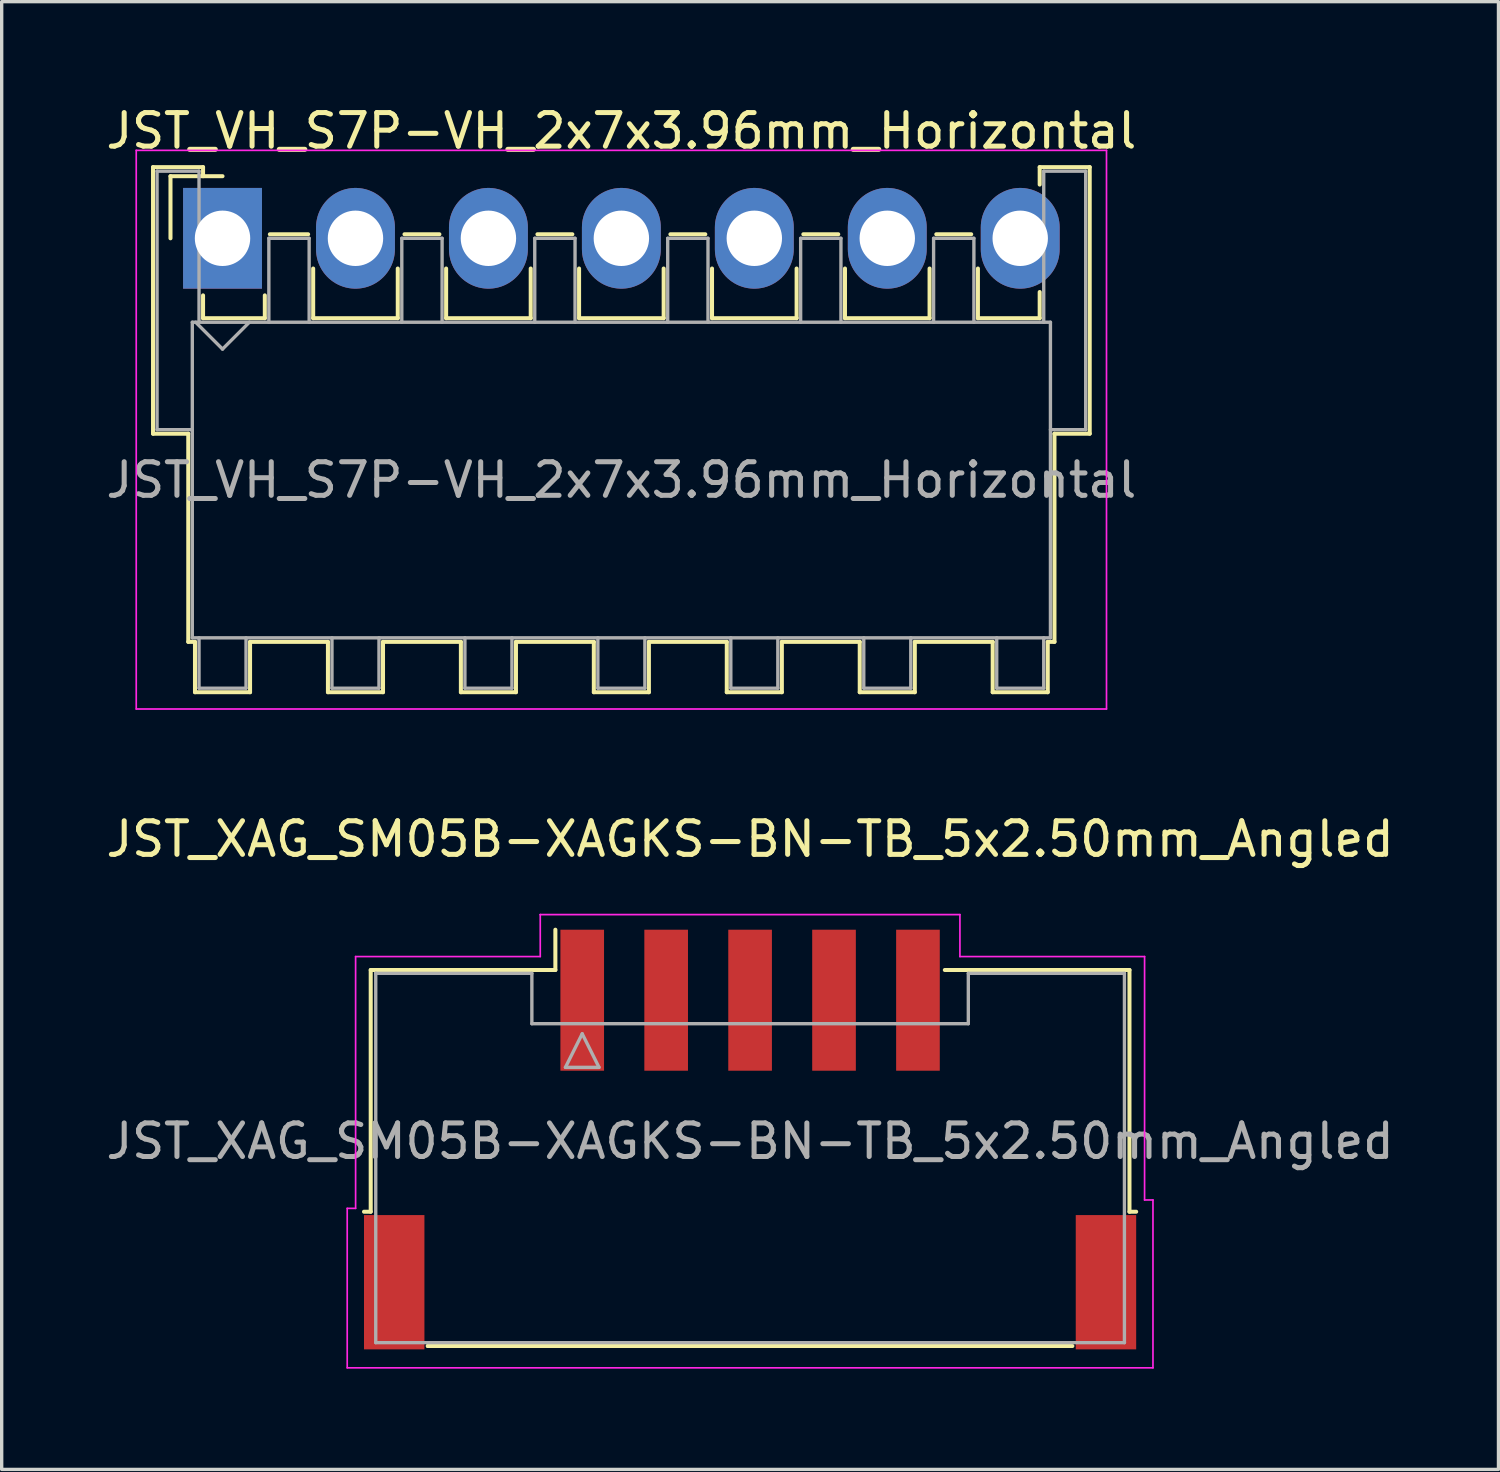
<source format=kicad_pcb>
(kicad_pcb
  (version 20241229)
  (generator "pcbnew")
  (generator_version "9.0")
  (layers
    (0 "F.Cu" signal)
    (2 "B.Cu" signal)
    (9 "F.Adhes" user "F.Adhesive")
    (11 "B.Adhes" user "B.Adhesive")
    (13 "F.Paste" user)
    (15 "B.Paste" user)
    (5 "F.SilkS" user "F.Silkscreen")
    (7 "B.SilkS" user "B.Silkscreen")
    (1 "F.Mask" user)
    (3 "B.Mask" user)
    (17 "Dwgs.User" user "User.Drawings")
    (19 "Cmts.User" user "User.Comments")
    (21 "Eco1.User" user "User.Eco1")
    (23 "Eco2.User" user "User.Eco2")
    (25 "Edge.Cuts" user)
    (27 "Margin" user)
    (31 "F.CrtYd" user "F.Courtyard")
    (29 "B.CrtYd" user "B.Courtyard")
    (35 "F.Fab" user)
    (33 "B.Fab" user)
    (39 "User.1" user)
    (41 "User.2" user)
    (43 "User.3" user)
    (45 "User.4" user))
  (footprint "JST_VH_S7P-VH_2x7x3.96mm_Horizontal"
    (layer "F.Cu")
    (at 3.578 4.048)
    (property "Reference" "JST_VH_S7P-VH_2x7x3.96mm_Horizontal" (at 11.88 -3.2 0) (layer "F.SilkS") (effects (font (size 1 1) (thickness 0.15))))
    (attr through_hole)
    (fp_line (start -2.07 -2.12) (end -0.58 -2.12) (stroke (width 0.12) (type solid)) (layer "F.SilkS"))
    (fp_line (start -2.07 5.82) (end -2.07 -2.12) (stroke (width 0.12) (type solid)) (layer "F.SilkS"))
    (fp_line (start -1.55 -1.85) (end -1.55 0) (stroke (width 0.12) (type solid)) (layer "F.SilkS"))
    (fp_line (start -1.02 5.82) (end -2.07 5.82) (stroke (width 0.12) (type solid)) (layer "F.SilkS"))
    (fp_line (start -1.02 5.82) (end -1.02 12.02) (stroke (width 0.12) (type solid)) (layer "F.SilkS"))
    (fp_line (start -1.02 12.02) (end -0.82 12.02) (stroke (width 0.12) (type solid)) (layer "F.SilkS"))
    (fp_line (start -0.82 12.02) (end -0.82 13.52) (stroke (width 0.12) (type solid)) (layer "F.SilkS"))
    (fp_line (start -0.82 13.52) (end 0.82 13.52) (stroke (width 0.12) (type solid)) (layer "F.SilkS"))
    (fp_line (start -0.58 -2.12) (end -0.58 -1.85) (stroke (width 0.12) (type solid)) (layer "F.SilkS"))
    (fp_line (start -0.58 1.7) (end -0.58 2.38) (stroke (width 0.12) (type solid)) (layer "F.SilkS"))
    (fp_line (start -0.58 2.38) (end 1.26 2.38) (stroke (width 0.12) (type solid)) (layer "F.SilkS"))
    (fp_line (start 0 -1.85) (end -1.55 -1.85) (stroke (width 0.12) (type solid)) (layer "F.SilkS"))
    (fp_line (start 0.82 12.02) (end 3.14 12.02) (stroke (width 0.12) (type solid)) (layer "F.SilkS"))
    (fp_line (start 0.82 13.52) (end 0.82 12.02) (stroke (width 0.12) (type solid)) (layer "F.SilkS"))
    (fp_line (start 1.26 2.38) (end 1.26 1.7) (stroke (width 0.12) (type solid)) (layer "F.SilkS"))
    (fp_line (start 1.41 -0.12) (end 2.55 -0.12) (stroke (width 0.12) (type solid)) (layer "F.SilkS"))
    (fp_line (start 2.7 0.9) (end 2.7 2.38) (stroke (width 0.12) (type solid)) (layer "F.SilkS"))
    (fp_line (start 2.7 2.38) (end 5.22 2.38) (stroke (width 0.12) (type solid)) (layer "F.SilkS"))
    (fp_line (start 3.14 12.02) (end 3.14 13.52) (stroke (width 0.12) (type solid)) (layer "F.SilkS"))
    (fp_line (start 3.14 13.52) (end 4.78 13.52) (stroke (width 0.12) (type solid)) (layer "F.SilkS"))
    (fp_line (start 4.78 12.02) (end 7.1 12.02) (stroke (width 0.12) (type solid)) (layer "F.SilkS"))
    (fp_line (start 4.78 13.52) (end 4.78 12.02) (stroke (width 0.12) (type solid)) (layer "F.SilkS"))
    (fp_line (start 5.22 2.38) (end 5.22 0.9) (stroke (width 0.12) (type solid)) (layer "F.SilkS"))
    (fp_line (start 5.42 -0.12) (end 6.46 -0.12) (stroke (width 0.12) (type solid)) (layer "F.SilkS"))
    (fp_line (start 6.66 0.9) (end 6.66 2.38) (stroke (width 0.12) (type solid)) (layer "F.SilkS"))
    (fp_line (start 6.66 2.38) (end 9.18 2.38) (stroke (width 0.12) (type solid)) (layer "F.SilkS"))
    (fp_line (start 7.1 12.02) (end 7.1 13.52) (stroke (width 0.12) (type solid)) (layer "F.SilkS"))
    (fp_line (start 7.1 13.52) (end 8.74 13.52) (stroke (width 0.12) (type solid)) (layer "F.SilkS"))
    (fp_line (start 8.74 12.02) (end 11.06 12.02) (stroke (width 0.12) (type solid)) (layer "F.SilkS"))
    (fp_line (start 8.74 13.52) (end 8.74 12.02) (stroke (width 0.12) (type solid)) (layer "F.SilkS"))
    (fp_line (start 9.18 2.38) (end 9.18 0.9) (stroke (width 0.12) (type solid)) (layer "F.SilkS"))
    (fp_line (start 9.38 -0.12) (end 10.42 -0.12) (stroke (width 0.12) (type solid)) (layer "F.SilkS"))
    (fp_line (start 10.62 0.9) (end 10.62 2.38) (stroke (width 0.12) (type solid)) (layer "F.SilkS"))
    (fp_line (start 10.62 2.38) (end 13.14 2.38) (stroke (width 0.12) (type solid)) (layer "F.SilkS"))
    (fp_line (start 11.06 12.02) (end 11.06 13.52) (stroke (width 0.12) (type solid)) (layer "F.SilkS"))
    (fp_line (start 11.06 13.52) (end 12.7 13.52) (stroke (width 0.12) (type solid)) (layer "F.SilkS"))
    (fp_line (start 12.7 12.02) (end 15.02 12.02) (stroke (width 0.12) (type solid)) (layer "F.SilkS"))
    (fp_line (start 12.7 13.52) (end 12.7 12.02) (stroke (width 0.12) (type solid)) (layer "F.SilkS"))
    (fp_line (start 13.14 2.38) (end 13.14 0.9) (stroke (width 0.12) (type solid)) (layer "F.SilkS"))
    (fp_line (start 13.34 -0.12) (end 14.38 -0.12) (stroke (width 0.12) (type solid)) (layer "F.SilkS"))
    (fp_line (start 14.58 0.9) (end 14.58 2.38) (stroke (width 0.12) (type solid)) (layer "F.SilkS"))
    (fp_line (start 14.58 2.38) (end 17.1 2.38) (stroke (width 0.12) (type solid)) (layer "F.SilkS"))
    (fp_line (start 15.02 12.02) (end 15.02 13.52) (stroke (width 0.12) (type solid)) (layer "F.SilkS"))
    (fp_line (start 15.02 13.52) (end 16.66 13.52) (stroke (width 0.12) (type solid)) (layer "F.SilkS"))
    (fp_line (start 16.66 12.02) (end 18.98 12.02) (stroke (width 0.12) (type solid)) (layer "F.SilkS"))
    (fp_line (start 16.66 13.52) (end 16.66 12.02) (stroke (width 0.12) (type solid)) (layer "F.SilkS"))
    (fp_line (start 17.1 2.38) (end 17.1 0.9) (stroke (width 0.12) (type solid)) (layer "F.SilkS"))
    (fp_line (start 17.3 -0.12) (end 18.34 -0.12) (stroke (width 0.12) (type solid)) (layer "F.SilkS"))
    (fp_line (start 18.54 0.9) (end 18.54 2.38) (stroke (width 0.12) (type solid)) (layer "F.SilkS"))
    (fp_line (start 18.54 2.38) (end 21.06 2.38) (stroke (width 0.12) (type solid)) (layer "F.SilkS"))
    (fp_line (start 18.98 12.02) (end 18.98 13.52) (stroke (width 0.12) (type solid)) (layer "F.SilkS"))
    (fp_line (start 18.98 13.52) (end 20.62 13.52) (stroke (width 0.12) (type solid)) (layer "F.SilkS"))
    (fp_line (start 20.62 12.02) (end 22.94 12.02) (stroke (width 0.12) (type solid)) (layer "F.SilkS"))
    (fp_line (start 20.62 13.52) (end 20.62 12.02) (stroke (width 0.12) (type solid)) (layer "F.SilkS"))
    (fp_line (start 21.06 2.38) (end 21.06 0.9) (stroke (width 0.12) (type solid)) (layer "F.SilkS"))
    (fp_line (start 21.26 -0.12) (end 22.3 -0.12) (stroke (width 0.12) (type solid)) (layer "F.SilkS"))
    (fp_line (start 22.5 0.9) (end 22.5 2.38) (stroke (width 0.12) (type solid)) (layer "F.SilkS"))
    (fp_line (start 22.5 2.38) (end 24.34 2.38) (stroke (width 0.12) (type solid)) (layer "F.SilkS"))
    (fp_line (start 22.94 12.02) (end 22.94 13.52) (stroke (width 0.12) (type solid)) (layer "F.SilkS"))
    (fp_line (start 22.94 13.52) (end 24.58 13.52) (stroke (width 0.12) (type solid)) (layer "F.SilkS"))
    (fp_line (start 24.34 -2.12) (end 25.83 -2.12) (stroke (width 0.12) (type solid)) (layer "F.SilkS"))
    (fp_line (start 24.34 -1.6) (end 24.34 -2.12) (stroke (width 0.12) (type solid)) (layer "F.SilkS"))
    (fp_line (start 24.34 2.38) (end 24.34 1.6) (stroke (width 0.12) (type solid)) (layer "F.SilkS"))
    (fp_line (start 24.58 12.02) (end 24.78 12.02) (stroke (width 0.12) (type solid)) (layer "F.SilkS"))
    (fp_line (start 24.58 13.52) (end 24.58 12.02) (stroke (width 0.12) (type solid)) (layer "F.SilkS"))
    (fp_line (start 24.78 12.02) (end 24.78 5.82) (stroke (width 0.12) (type solid)) (layer "F.SilkS"))
    (fp_line (start 25.83 -2.12) (end 25.83 5.82) (stroke (width 0.12) (type solid)) (layer "F.SilkS"))
    (fp_line (start 25.83 5.82) (end 24.78 5.82) (stroke (width 0.12) (type solid)) (layer "F.SilkS"))
    (fp_line (start -2.57 -2.62) (end -2.57 14.02) (stroke (width 0.05) (type solid)) (layer "F.CrtYd"))
    (fp_line (start -2.57 14.02) (end 26.33 14.02) (stroke (width 0.05) (type solid)) (layer "F.CrtYd"))
    (fp_line (start 26.33 -2.62) (end -2.57 -2.62) (stroke (width 0.05) (type solid)) (layer "F.CrtYd"))
    (fp_line (start 26.33 14.02) (end 26.33 -2.62) (stroke (width 0.05) (type solid)) (layer "F.CrtYd"))
    (fp_line (start -1.95 -2) (end -0.7 -2) (stroke (width 0.1) (type solid)) (layer "F.Fab"))
    (fp_line (start -1.95 5.7) (end -1.95 -2) (stroke (width 0.1) (type solid)) (layer "F.Fab"))
    (fp_line (start -0.9 2.5) (end -0.9 11.9) (stroke (width 0.1) (type solid)) (layer "F.Fab"))
    (fp_line (start -0.9 5.7) (end -1.95 5.7) (stroke (width 0.1) (type solid)) (layer "F.Fab"))
    (fp_line (start -0.9 11.9) (end 24.66 11.9) (stroke (width 0.1) (type solid)) (layer "F.Fab"))
    (fp_line (start -0.8 2.5) (end 0 3.3) (stroke (width 0.1) (type solid)) (layer "F.Fab"))
    (fp_line (start -0.7 -2) (end -0.7 2.5) (stroke (width 0.1) (type solid)) (layer "F.Fab"))
    (fp_line (start -0.7 11.9) (end -0.7 13.4) (stroke (width 0.1) (type solid)) (layer "F.Fab"))
    (fp_line (start -0.7 13.4) (end 0.7 13.4) (stroke (width 0.1) (type solid)) (layer "F.Fab"))
    (fp_line (start 0 3.3) (end 0.8 2.5) (stroke (width 0.1) (type solid)) (layer "F.Fab"))
    (fp_line (start 0.7 13.4) (end 0.7 11.9) (stroke (width 0.1) (type solid)) (layer "F.Fab"))
    (fp_line (start 1.38 0) (end 2.58 0) (stroke (width 0.1) (type solid)) (layer "F.Fab"))
    (fp_line (start 1.38 2.5) (end 1.38 0) (stroke (width 0.1) (type solid)) (layer "F.Fab"))
    (fp_line (start 2.58 0) (end 2.58 2.5) (stroke (width 0.1) (type solid)) (layer "F.Fab"))
    (fp_line (start 3.26 11.9) (end 3.26 13.4) (stroke (width 0.1) (type solid)) (layer "F.Fab"))
    (fp_line (start 3.26 13.4) (end 4.66 13.4) (stroke (width 0.1) (type solid)) (layer "F.Fab"))
    (fp_line (start 4.66 13.4) (end 4.66 11.9) (stroke (width 0.1) (type solid)) (layer "F.Fab"))
    (fp_line (start 5.34 0) (end 6.54 0) (stroke (width 0.1) (type solid)) (layer "F.Fab"))
    (fp_line (start 5.34 2.5) (end 5.34 0) (stroke (width 0.1) (type solid)) (layer "F.Fab"))
    (fp_line (start 6.54 0) (end 6.54 2.5) (stroke (width 0.1) (type solid)) (layer "F.Fab"))
    (fp_line (start 7.22 11.9) (end 7.22 13.4) (stroke (width 0.1) (type solid)) (layer "F.Fab"))
    (fp_line (start 7.22 13.4) (end 8.62 13.4) (stroke (width 0.1) (type solid)) (layer "F.Fab"))
    (fp_line (start 8.62 13.4) (end 8.62 11.9) (stroke (width 0.1) (type solid)) (layer "F.Fab"))
    (fp_line (start 9.3 0) (end 10.5 0) (stroke (width 0.1) (type solid)) (layer "F.Fab"))
    (fp_line (start 9.3 2.5) (end 9.3 0) (stroke (width 0.1) (type solid)) (layer "F.Fab"))
    (fp_line (start 10.5 0) (end 10.5 2.5) (stroke (width 0.1) (type solid)) (layer "F.Fab"))
    (fp_line (start 11.18 11.9) (end 11.18 13.4) (stroke (width 0.1) (type solid)) (layer "F.Fab"))
    (fp_line (start 11.18 13.4) (end 12.58 13.4) (stroke (width 0.1) (type solid)) (layer "F.Fab"))
    (fp_line (start 12.58 13.4) (end 12.58 11.9) (stroke (width 0.1) (type solid)) (layer "F.Fab"))
    (fp_line (start 13.26 0) (end 14.46 0) (stroke (width 0.1) (type solid)) (layer "F.Fab"))
    (fp_line (start 13.26 2.5) (end 13.26 0) (stroke (width 0.1) (type solid)) (layer "F.Fab"))
    (fp_line (start 14.46 0) (end 14.46 2.5) (stroke (width 0.1) (type solid)) (layer "F.Fab"))
    (fp_line (start 15.14 11.9) (end 15.14 13.4) (stroke (width 0.1) (type solid)) (layer "F.Fab"))
    (fp_line (start 15.14 13.4) (end 16.54 13.4) (stroke (width 0.1) (type solid)) (layer "F.Fab"))
    (fp_line (start 16.54 13.4) (end 16.54 11.9) (stroke (width 0.1) (type solid)) (layer "F.Fab"))
    (fp_line (start 17.22 0) (end 18.42 0) (stroke (width 0.1) (type solid)) (layer "F.Fab"))
    (fp_line (start 17.22 2.5) (end 17.22 0) (stroke (width 0.1) (type solid)) (layer "F.Fab"))
    (fp_line (start 18.42 0) (end 18.42 2.5) (stroke (width 0.1) (type solid)) (layer "F.Fab"))
    (fp_line (start 19.1 11.9) (end 19.1 13.4) (stroke (width 0.1) (type solid)) (layer "F.Fab"))
    (fp_line (start 19.1 13.4) (end 20.5 13.4) (stroke (width 0.1) (type solid)) (layer "F.Fab"))
    (fp_line (start 20.5 13.4) (end 20.5 11.9) (stroke (width 0.1) (type solid)) (layer "F.Fab"))
    (fp_line (start 21.18 0) (end 22.38 0) (stroke (width 0.1) (type solid)) (layer "F.Fab"))
    (fp_line (start 21.18 2.5) (end 21.18 0) (stroke (width 0.1) (type solid)) (layer "F.Fab"))
    (fp_line (start 22.38 0) (end 22.38 2.5) (stroke (width 0.1) (type solid)) (layer "F.Fab"))
    (fp_line (start 23.06 11.9) (end 23.06 13.4) (stroke (width 0.1) (type solid)) (layer "F.Fab"))
    (fp_line (start 23.06 13.4) (end 24.46 13.4) (stroke (width 0.1) (type solid)) (layer "F.Fab"))
    (fp_line (start 24.46 -2) (end 25.71 -2) (stroke (width 0.1) (type solid)) (layer "F.Fab"))
    (fp_line (start 24.46 2.5) (end 24.46 -2) (stroke (width 0.1) (type solid)) (layer "F.Fab"))
    (fp_line (start 24.46 13.4) (end 24.46 11.9) (stroke (width 0.1) (type solid)) (layer "F.Fab"))
    (fp_line (start 24.66 2.5) (end -0.9 2.5) (stroke (width 0.1) (type solid)) (layer "F.Fab"))
    (fp_line (start 24.66 11.9) (end 24.66 2.5) (stroke (width 0.1) (type solid)) (layer "F.Fab"))
    (fp_line (start 25.71 -2) (end 25.71 5.7) (stroke (width 0.1) (type solid)) (layer "F.Fab"))
    (fp_line (start 25.71 5.7) (end 24.66 5.7) (stroke (width 0.1) (type solid)) (layer "F.Fab"))
    (fp_text user "${REFERENCE}" (at 11.88 7.2 0) (layer "F.Fab") (effects (font (size 1 1) (thickness 0.15))))
    (pad "1" thru_hole rect (at 0 0) (size 2.35 3) (drill 1.65) (layers "*.Cu" "*.Mask"))
    (pad "2" thru_hole oval (at 3.96 0) (size 2.35 3) (drill 1.65) (layers "*.Cu" "*.Mask"))
    (pad "3" thru_hole oval (at 7.92 0) (size 2.35 3) (drill 1.65) (layers "*.Cu" "*.Mask"))
    (pad "4" thru_hole oval (at 11.88 0) (size 2.35 3) (drill 1.65) (layers "*.Cu" "*.Mask"))
    (pad "5" thru_hole oval (at 15.84 0) (size 2.35 3) (drill 1.65) (layers "*.Cu" "*.Mask"))
    (pad "6" thru_hole oval (at 19.8 0) (size 2.35 3) (drill 1.65) (layers "*.Cu" "*.Mask"))
    (pad "7" thru_hole oval (at 23.76 0) (size 2.35 3) (drill 1.65) (layers "*.Cu" "*.Mask")))
  (footprint "JST_XAG_SM05B-XAGKS-BN-TB_5x2.50mm_Angled"
    (layer "F.Cu")
    (at 19.292 30.942)
    (property "Reference" "JST_XAG_SM05B-XAGKS-BN-TB_5x2.50mm_Angled" (at 0 -9 0) (layer "F.SilkS") (effects (font (size 1 1) (thickness 0.15))))
    (attr smd)
    (fp_line (start -11.3 -5.1) (end -11.3 2.1) (stroke (width 0.12) (type solid)) (layer "F.SilkS"))
    (fp_line (start -11.3 2.1) (end -11.5 2.1) (stroke (width 0.12) (type solid)) (layer "F.SilkS"))
    (fp_line (start -9.6 6.1) (end -9.6 6.1) (stroke (width 0.12) (type solid)) (layer "F.SilkS"))
    (fp_line (start -5.8 -6.3) (end -5.8 -5.1) (stroke (width 0.12) (type solid)) (layer "F.SilkS"))
    (fp_line (start -5.8 -5.1) (end -11.3 -5.1) (stroke (width 0.12) (type solid)) (layer "F.SilkS"))
    (fp_line (start 5.8 -5.1) (end 11.3 -5.1) (stroke (width 0.12) (type solid)) (layer "F.SilkS"))
    (fp_line (start 9.6 6.1) (end -9.6 6.1) (stroke (width 0.12) (type solid)) (layer "F.SilkS"))
    (fp_line (start 11.3 -5.1) (end 11.3 2.1) (stroke (width 0.12) (type solid)) (layer "F.SilkS"))
    (fp_line (start 11.3 2.1) (end 11.5 2.1) (stroke (width 0.12) (type solid)) (layer "F.SilkS"))
    (fp_line (start -12 2) (end -12 6.75) (stroke (width 0.05) (type solid)) (layer "F.CrtYd"))
    (fp_line (start -12 6.75) (end 12 6.75) (stroke (width 0.05) (type solid)) (layer "F.CrtYd"))
    (fp_line (start -11.75 -5.5) (end -11.75 2) (stroke (width 0.05) (type solid)) (layer "F.CrtYd"))
    (fp_line (start -11.75 2) (end -12 2) (stroke (width 0.05) (type solid)) (layer "F.CrtYd"))
    (fp_line (start -6.25 -6.75) (end -6.25 -6.75) (stroke (width 0.05) (type solid)) (layer "F.CrtYd"))
    (fp_line (start -6.25 -6.75) (end -6.25 -5.5) (stroke (width 0.05) (type solid)) (layer "F.CrtYd"))
    (fp_line (start -6.25 -5.5) (end -11.75 -5.5) (stroke (width 0.05) (type solid)) (layer "F.CrtYd"))
    (fp_line (start 6.25 -6.75) (end -6.25 -6.75) (stroke (width 0.05) (type solid)) (layer "F.CrtYd"))
    (fp_line (start 6.25 -5.5) (end 6.25 -6.75) (stroke (width 0.05) (type solid)) (layer "F.CrtYd"))
    (fp_line (start 11.75 -5.5) (end 6.25 -5.5) (stroke (width 0.05) (type solid)) (layer "F.CrtYd"))
    (fp_line (start 11.75 1.75) (end 11.75 -5.5) (stroke (width 0.05) (type solid)) (layer "F.CrtYd"))
    (fp_line (start 12 1.75) (end 11.75 1.75) (stroke (width 0.05) (type solid)) (layer "F.CrtYd"))
    (fp_line (start 12 6.75) (end 12 1.75) (stroke (width 0.05) (type solid)) (layer "F.CrtYd"))
    (fp_line (start -11.15 -5) (end -11.15 -5) (stroke (width 0.1) (type solid)) (layer "F.Fab"))
    (fp_line (start -11.15 -5) (end -11.15 6) (stroke (width 0.1) (type solid)) (layer "F.Fab"))
    (fp_line (start -6.5 -5) (end -11.15 -5) (stroke (width 0.1) (type solid)) (layer "F.Fab"))
    (fp_line (start -6.5 -3.5) (end -6.5 -5) (stroke (width 0.1) (type solid)) (layer "F.Fab"))
    (fp_line (start -5.5 -2.2) (end -5 -3.2) (stroke (width 0.1) (type solid)) (layer "F.Fab"))
    (fp_line (start -5 -3.2) (end -4.5 -2.2) (stroke (width 0.1) (type solid)) (layer "F.Fab"))
    (fp_line (start -4.5 -2.2) (end -5.5 -2.2) (stroke (width 0.1) (type solid)) (layer "F.Fab"))
    (fp_line (start 6.5 -5) (end 6.5 -3.5) (stroke (width 0.1) (type solid)) (layer "F.Fab"))
    (fp_line (start 6.5 -3.5) (end -6.5 -3.5) (stroke (width 0.1) (type solid)) (layer "F.Fab"))
    (fp_line (start 11.15 -5) (end 6.5 -5) (stroke (width 0.1) (type solid)) (layer "F.Fab"))
    (fp_line (start 11.15 -5) (end 11.15 6) (stroke (width 0.1) (type solid)) (layer "F.Fab"))
    (fp_line (start 11.15 6) (end -11.15 6) (stroke (width 0.1) (type solid)) (layer "F.Fab"))
    (fp_text user "${REFERENCE}" (at 0 0 0) (layer "F.Fab") (effects (font (size 1 1) (thickness 0.15))))
    (pad "" smd rect (at -10.6 4.2) (size 1.8 4) (layers "F.Cu" "F.Mask" "F.Paste"))
    (pad "" smd rect (at 10.6 4.2) (size 1.8 4) (layers "F.Cu" "F.Mask" "F.Paste"))
    (pad "1" smd rect (at -5 -4.2) (size 1.3 4.2) (layers "F.Cu" "F.Mask" "F.Paste"))
    (pad "2" smd rect (at -2.5 -4.2) (size 1.3 4.2) (layers "F.Cu" "F.Mask" "F.Paste"))
    (pad "3" smd rect (at 0 -4.2) (size 1.3 4.2) (layers "F.Cu" "F.Mask" "F.Paste"))
    (pad "4" smd rect (at 2.5 -4.2) (size 1.3 4.2) (layers "F.Cu" "F.Mask" "F.Paste"))
    (pad "5" smd rect (at 5 -4.2) (size 1.3 4.2) (layers "F.Cu" "F.Mask" "F.Paste")))
  (gr_rect
    (start -3 -3)
    (end 41.583 40.717)
    (stroke (width 0.1) (type default))
    (fill no)
    (layer "Edge.Cuts")))
</source>
